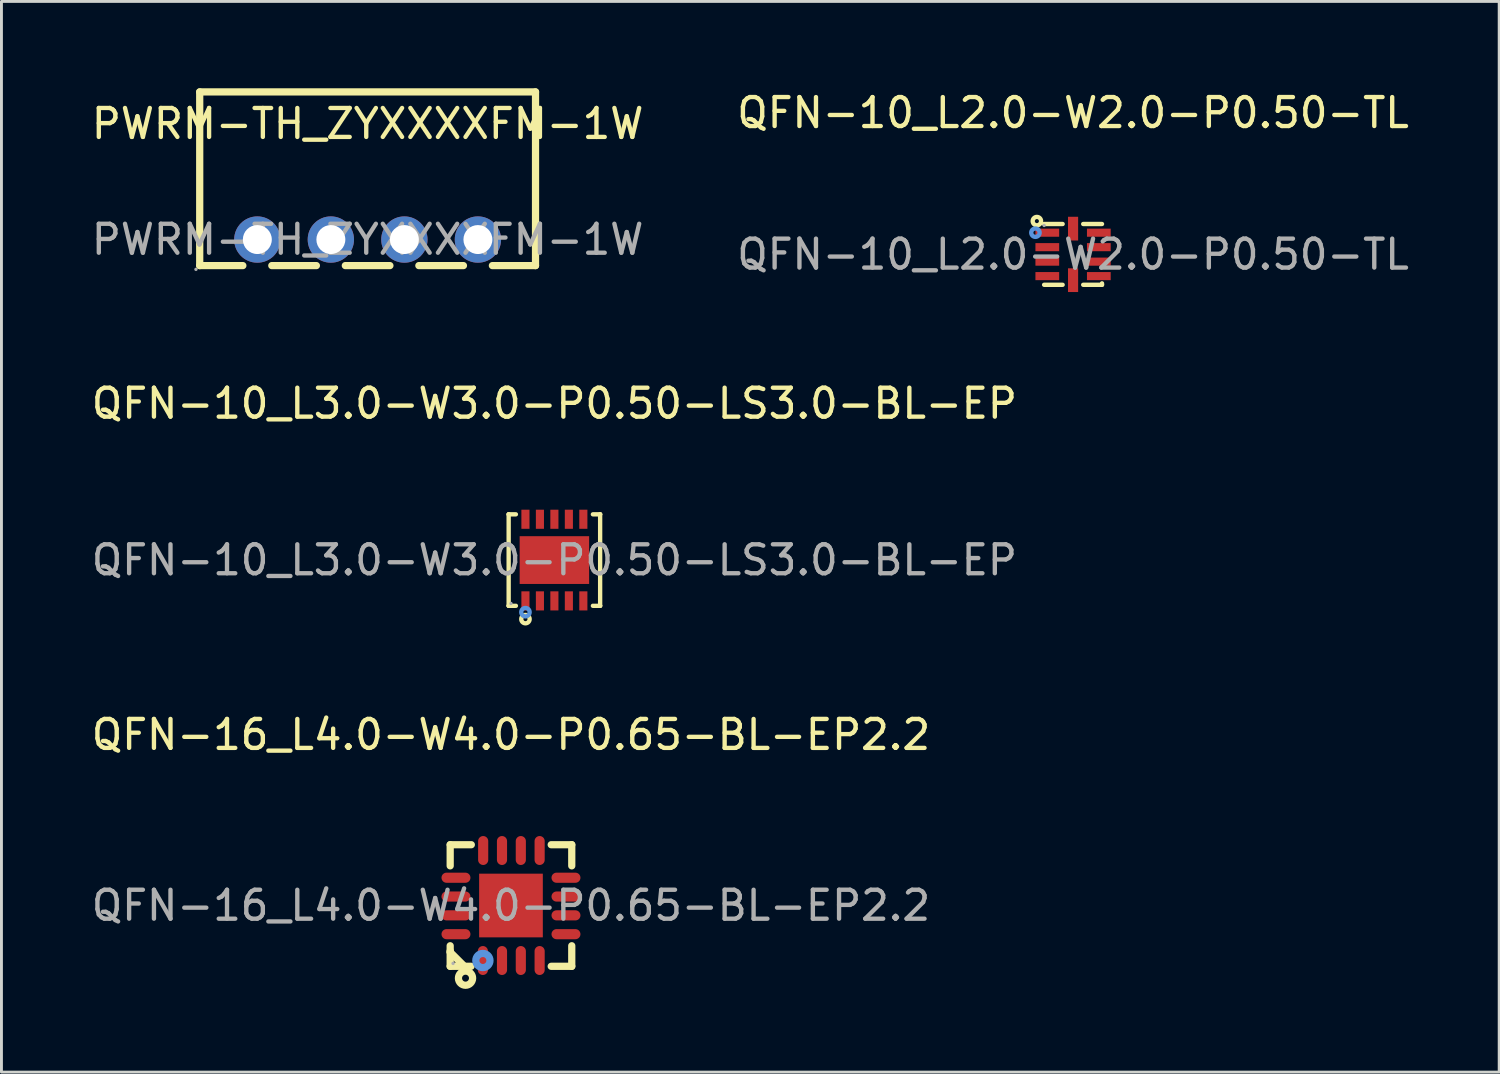
<source format=kicad_pcb>
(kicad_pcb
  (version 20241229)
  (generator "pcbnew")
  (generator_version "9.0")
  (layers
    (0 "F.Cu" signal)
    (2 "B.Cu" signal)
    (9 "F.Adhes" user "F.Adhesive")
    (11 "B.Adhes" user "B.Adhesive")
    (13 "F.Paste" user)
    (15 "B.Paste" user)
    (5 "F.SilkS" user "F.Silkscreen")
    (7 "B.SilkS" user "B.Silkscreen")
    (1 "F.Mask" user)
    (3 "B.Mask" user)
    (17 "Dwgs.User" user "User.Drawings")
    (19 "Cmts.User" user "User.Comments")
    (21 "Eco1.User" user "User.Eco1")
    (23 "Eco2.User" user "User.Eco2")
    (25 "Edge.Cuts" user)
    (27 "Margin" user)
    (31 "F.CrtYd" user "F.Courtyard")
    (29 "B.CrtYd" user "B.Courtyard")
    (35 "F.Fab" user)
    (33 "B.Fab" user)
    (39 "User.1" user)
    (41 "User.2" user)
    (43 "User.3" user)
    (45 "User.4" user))
  (footprint "QFN-10_L3.0-W3.0-P0.50-LS3.0-BL-EP"
    (layer "F.Cu")
    (at 16.101 16.297)
    (property "Reference" "QFN-10_L3.0-W3.0-P0.50-LS3.0-BL-EP" (at 0 -5.41 0) (layer "F.SilkS") (effects (font (size 1 1) (thickness 0.15))))
    (attr through_hole)
    (fp_line (start -1.58 -1.58) (end -1.58 -1.58) (stroke (width 0.15) (type solid)) (layer "F.SilkS"))
    (fp_line (start -1.58 -1.58) (end -1.33 -1.58) (stroke (width 0.15) (type solid)) (layer "F.SilkS"))
    (fp_line (start -1.58 1.58) (end -1.58 -1.58) (stroke (width 0.15) (type solid)) (layer "F.SilkS"))
    (fp_line (start -1.58 1.58) (end -1.58 1.58) (stroke (width 0.15) (type solid)) (layer "F.SilkS"))
    (fp_line (start -1.33 1.58) (end -1.58 1.58) (stroke (width 0.15) (type solid)) (layer "F.SilkS"))
    (fp_line (start 1.33 1.58) (end 1.58 1.58) (stroke (width 0.15) (type solid)) (layer "F.SilkS"))
    (fp_line (start 1.58 -1.58) (end 1.33 -1.58) (stroke (width 0.15) (type solid)) (layer "F.SilkS"))
    (fp_line (start 1.58 -1.58) (end 1.58 -1.58) (stroke (width 0.15) (type solid)) (layer "F.SilkS"))
    (fp_line (start 1.58 1.58) (end 1.58 -1.58) (stroke (width 0.15) (type solid)) (layer "F.SilkS"))
    (fp_line (start 1.58 1.58) (end 1.58 1.58) (stroke (width 0.15) (type solid)) (layer "F.SilkS"))
    (fp_circle (center -1 2.04) (end -0.93 2.04) (stroke (width 0.15) (type solid)) (fill no) (layer "F.SilkS"))
    (fp_circle (center -1 1.8) (end -0.93 1.8) (stroke (width 0.15) (type solid)) (fill no) (layer "Cmts.User"))
    (fp_circle (center -1.5 1.5) (end -1.47 1.5) (stroke (width 0.06) (type solid)) (fill no) (layer "F.Fab"))
    (fp_text user "${REFERENCE}" (at 0 0 0) (layer "F.Fab") (effects (font (size 1 1) (thickness 0.15))))
    (pad "1" smd rect (at -1 1.41) (size 0.28 0.66) (layers "F.Cu" "F.Mask" "F.Paste"))
    (pad "2" smd rect (at -0.5 1.41) (size 0.28 0.66) (layers "F.Cu" "F.Mask" "F.Paste"))
    (pad "3" smd rect (at 0 1.41) (size 0.28 0.66) (layers "F.Cu" "F.Mask" "F.Paste"))
    (pad "4" smd rect (at 0.5 1.41) (size 0.28 0.66) (layers "F.Cu" "F.Mask" "F.Paste"))
    (pad "5" smd rect (at 1 1.41) (size 0.28 0.66) (layers "F.Cu" "F.Mask" "F.Paste"))
    (pad "6" smd rect (at 1 -1.41) (size 0.28 0.66) (layers "F.Cu" "F.Mask" "F.Paste"))
    (pad "7" smd rect (at 0.5 -1.41) (size 0.28 0.66) (layers "F.Cu" "F.Mask" "F.Paste"))
    (pad "8" smd rect (at 0 -1.41) (size 0.28 0.66) (layers "F.Cu" "F.Mask" "F.Paste"))
    (pad "9" smd rect (at -0.5 -1.41) (size 0.28 0.66) (layers "F.Cu" "F.Mask" "F.Paste"))
    (pad "10" smd rect (at -1 -1.41) (size 0.28 0.66) (layers "F.Cu" "F.Mask" "F.Paste"))
    (pad "11" smd rect (at 0 0) (size 2.4 1.65) (layers "F.Cu" "F.Mask" "F.Paste")))
  (footprint "QFN-10_L2.0-W2.0-P0.50-TL"
    (layer "F.Cu")
    (at 34.018 5.738)
    (property "Reference" "QFN-10_L2.0-W2.0-P0.50-TL" (at 0 -4.89 0) (layer "F.SilkS") (effects (font (size 1 1) (thickness 0.15))))
    (attr through_hole)
    (fp_line (start -1 -1.05) (end -0.36 -1.05) (stroke (width 0.15) (type solid)) (layer "F.SilkS"))
    (fp_line (start -0.36 1.05) (end -1 1.05) (stroke (width 0.15) (type solid)) (layer "F.SilkS"))
    (fp_line (start 0.35 -1.05) (end 1 -1.05) (stroke (width 0.15) (type solid)) (layer "F.SilkS"))
    (fp_line (start 1 1) (end 1 1.05) (stroke (width 0.15) (type solid)) (layer "F.SilkS"))
    (fp_line (start 1 1.05) (end 0.35 1.05) (stroke (width 0.15) (type solid)) (layer "F.SilkS"))
    (fp_circle (center -1.25 -1.15) (end -1.18 -1.15) (stroke (width 0.15) (type solid)) (fill no) (layer "F.SilkS"))
    (fp_circle (center -1.3 -0.75) (end -1.23 -0.75) (stroke (width 0.15) (type solid)) (fill no) (layer "Cmts.User"))
    (fp_circle (center -1 -1) (end -0.97 -1) (stroke (width 0.06) (type solid)) (fill no) (layer "F.Fab"))
    (fp_text user "${REFERENCE}" (at 0 0 0) (layer "F.Fab") (effects (font (size 1 1) (thickness 0.15))))
    (pad "1" smd rect (at -0.89 -0.75 270) (size 0.28 0.82) (layers "F.Cu" "F.Mask" "F.Paste"))
    (pad "2" smd rect (at -0.89 -0.25 270) (size 0.28 0.82) (layers "F.Cu" "F.Mask" "F.Paste"))
    (pad "3" smd rect (at -0.89 0.25 270) (size 0.28 0.82) (layers "F.Cu" "F.Mask" "F.Paste"))
    (pad "4" smd rect (at -0.89 0.75 270) (size 0.28 0.82) (layers "F.Cu" "F.Mask" "F.Paste"))
    (pad "5" smd rect (at 0 0.89 270) (size 0.82 0.35) (layers "F.Cu" "F.Mask" "F.Paste"))
    (pad "6" smd rect (at 0.89 0.75 270) (size 0.28 0.82) (layers "F.Cu" "F.Mask" "F.Paste"))
    (pad "7" smd rect (at 0.89 0.25 270) (size 0.28 0.82) (layers "F.Cu" "F.Mask" "F.Paste"))
    (pad "8" smd rect (at 0.89 -0.25 270) (size 0.28 0.82) (layers "F.Cu" "F.Mask" "F.Paste"))
    (pad "9" smd rect (at 0.89 -0.75 270) (size 0.28 0.82) (layers "F.Cu" "F.Mask" "F.Paste"))
    (pad "10" smd rect (at 0 -0.89 270) (size 0.82 0.35) (layers "F.Cu" "F.Mask" "F.Paste")))
  (footprint "QFN-16_L4.0-W4.0-P0.65-BL-EP2.2"
    (layer "F.Cu")
    (at 14.601 28.23)
    (property "Reference" "QFN-16_L4.0-W4.0-P0.65-BL-EP2.2" (at 0 -5.9 0) (layer "F.SilkS") (effects (font (size 1 1) (thickness 0.15))))
    (attr through_hole)
    (fp_line (start -2.1 -2.1) (end -1.37 -2.1) (stroke (width 0.25) (type solid)) (layer "F.SilkS"))
    (fp_line (start -2.1 -1.37) (end -2.1 -2.1) (stroke (width 0.25) (type solid)) (layer "F.SilkS"))
    (fp_line (start -2.1 1.57) (end -2.1 1.61) (stroke (width 0.25) (type solid)) (layer "F.SilkS"))
    (fp_line (start -2.1 1.61) (end -1.61 2.1) (stroke (width 0.25) (type solid)) (layer "F.SilkS"))
    (fp_line (start -2.1 2.1) (end -2.1 1.39) (stroke (width 0.25) (type solid)) (layer "F.SilkS"))
    (fp_line (start -2.1 2.1) (end -1.38 2.1) (stroke (width 0.25) (type solid)) (layer "F.SilkS"))
    (fp_line (start 1.39 -2.1) (end 2.1 -2.1) (stroke (width 0.25) (type solid)) (layer "F.SilkS"))
    (fp_line (start 1.39 2.1) (end 2.1 2.1) (stroke (width 0.25) (type solid)) (layer "F.SilkS"))
    (fp_line (start 2.1 -1.37) (end 2.1 -2.1) (stroke (width 0.25) (type solid)) (layer "F.SilkS"))
    (fp_line (start 2.1 2.1) (end 2.1 1.39) (stroke (width 0.25) (type solid)) (layer "F.SilkS"))
    (fp_circle (center -1.57 2.51) (end -1.45 2.51) (stroke (width 0.25) (type solid)) (fill no) (layer "F.SilkS"))
    (fp_circle (center -0.97 1.9) (end -0.85 1.9) (stroke (width 0.25) (type solid)) (fill no) (layer "Cmts.User"))
    (fp_circle (center -2 2) (end -1.97 2) (stroke (width 0.06) (type solid)) (fill no) (layer "F.Fab"))
    (fp_text user "${REFERENCE}" (at 0 0 0) (layer "F.Fab") (effects (font (size 1 1) (thickness 0.15))))
    (pad "1" smd oval (at -0.97 1.9) (size 0.35 1) (layers "F.Cu" "F.Mask" "F.Paste"))
    (pad "2" smd oval (at -0.31 1.9) (size 0.35 1) (layers "F.Cu" "F.Mask" "F.Paste"))
    (pad "3" smd oval (at 0.34 1.9) (size 0.35 1) (layers "F.Cu" "F.Mask" "F.Paste"))
    (pad "4" smd oval (at 0.99 1.9) (size 0.35 1) (layers "F.Cu" "F.Mask" "F.Paste"))
    (pad "5" smd oval (at 1.9 0.99) (size 1 0.35) (layers "F.Cu" "F.Mask" "F.Paste"))
    (pad "6" smd oval (at 1.9 0.34) (size 1 0.35) (layers "F.Cu" "F.Mask" "F.Paste"))
    (pad "7" smd oval (at 1.9 -0.31) (size 1 0.35) (layers "F.Cu" "F.Mask" "F.Paste"))
    (pad "8" smd oval (at 1.9 -0.96) (size 1 0.35) (layers "F.Cu" "F.Mask" "F.Paste"))
    (pad "9" smd oval (at 0.99 -1.9) (size 0.35 1) (layers "F.Cu" "F.Mask" "F.Paste"))
    (pad "10" smd oval (at 0.34 -1.9) (size 0.35 1) (layers "F.Cu" "F.Mask" "F.Paste"))
    (pad "11" smd oval (at -0.31 -1.9) (size 0.35 1) (layers "F.Cu" "F.Mask" "F.Paste"))
    (pad "12" smd oval (at -0.96 -1.9) (size 0.35 1) (layers "F.Cu" "F.Mask" "F.Paste"))
    (pad "13" smd oval (at -1.9 -0.96) (size 1 0.35) (layers "F.Cu" "F.Mask" "F.Paste"))
    (pad "14" smd oval (at -1.9 -0.31) (size 1 0.35) (layers "F.Cu" "F.Mask" "F.Paste"))
    (pad "15" smd oval (at -1.9 0.34) (size 1 0.35) (layers "F.Cu" "F.Mask" "F.Paste"))
    (pad "16" smd oval (at -1.9 0.99) (size 1 0.35) (layers "F.Cu" "F.Mask" "F.Paste"))
    (pad "17" smd rect (at 0 0) (size 2.2 2.2) (layers "F.Cu" "F.Mask" "F.Paste")))
  (footprint "PWRM-TH_ZYXXXXFM-1W"
    (layer "F.Cu")
    (at 9.649 5.225)
    (property "Reference" "PWRM-TH_ZYXXXXFM-1W" (at 0 -4 0) (layer "F.SilkS") (effects (font (size 1 1) (thickness 0.15))))
    (attr through_hole)
    (fp_line (start -5.8 -5.1) (end -5.8 0.9) (stroke (width 0.25) (type solid)) (layer "F.SilkS"))
    (fp_line (start -5.8 0.9) (end -4.31 0.9) (stroke (width 0.25) (type solid)) (layer "F.SilkS"))
    (fp_line (start -3.31 0.9) (end -1.77 0.9) (stroke (width 0.25) (type solid)) (layer "F.SilkS"))
    (fp_line (start -0.77 0.9) (end 0.77 0.9) (stroke (width 0.25) (type solid)) (layer "F.SilkS"))
    (fp_line (start 1.77 0.9) (end 3.31 0.9) (stroke (width 0.25) (type solid)) (layer "F.SilkS"))
    (fp_line (start 4.31 0.9) (end 5.8 0.9) (stroke (width 0.25) (type solid)) (layer "F.SilkS"))
    (fp_line (start 5.8 -5.1) (end -5.8 -5.1) (stroke (width 0.25) (type solid)) (layer "F.SilkS"))
    (fp_line (start 5.8 0.9) (end 5.8 -5.1) (stroke (width 0.25) (type solid)) (layer "F.SilkS"))
    (fp_circle (center -5.93 1.03) (end -5.9 1.03) (stroke (width 0.06) (type solid)) (fill no) (layer "F.Fab"))
    (fp_circle (center -3.81 0) (end -3.61 0) (stroke (width 0.4) (type solid)) (fill no) (layer "F.Fab"))
    (fp_circle (center -1.27 0) (end -1.07 0) (stroke (width 0.4) (type solid)) (fill no) (layer "F.Fab"))
    (fp_circle (center 1.27 0) (end 1.47 0) (stroke (width 0.4) (type solid)) (fill no) (layer "F.Fab"))
    (fp_circle (center 3.81 0) (end 4.01 0) (stroke (width 0.4) (type solid)) (fill no) (layer "F.Fab"))
    (fp_text user "${REFERENCE}" (at 0 0 0) (layer "F.Fab") (effects (font (size 1 1) (thickness 0.15))))
    (pad "1" thru_hole circle (at -3.81 0) (size 1.6 1.6) (drill 1) (layers "*.Cu" "*.Paste" "*.Mask"))
    (pad "2" thru_hole circle (at -1.27 0) (size 1.6 1.6) (drill 1) (layers "*.Cu" "*.Paste" "*.Mask"))
    (pad "3" thru_hole circle (at 1.27 0) (size 1.6 1.6) (drill 1) (layers "*.Cu" "*.Paste" "*.Mask"))
    (pad "4" thru_hole circle (at 3.81 0) (size 1.6 1.6) (drill 1) (layers "*.Cu" "*.Paste" "*.Mask")))
  (gr_rect
    (start -3 -3)
    (end 48.738 33.985)
    (stroke (width 0.1) (type default))
    (fill no)
    (layer "Edge.Cuts")))
</source>
